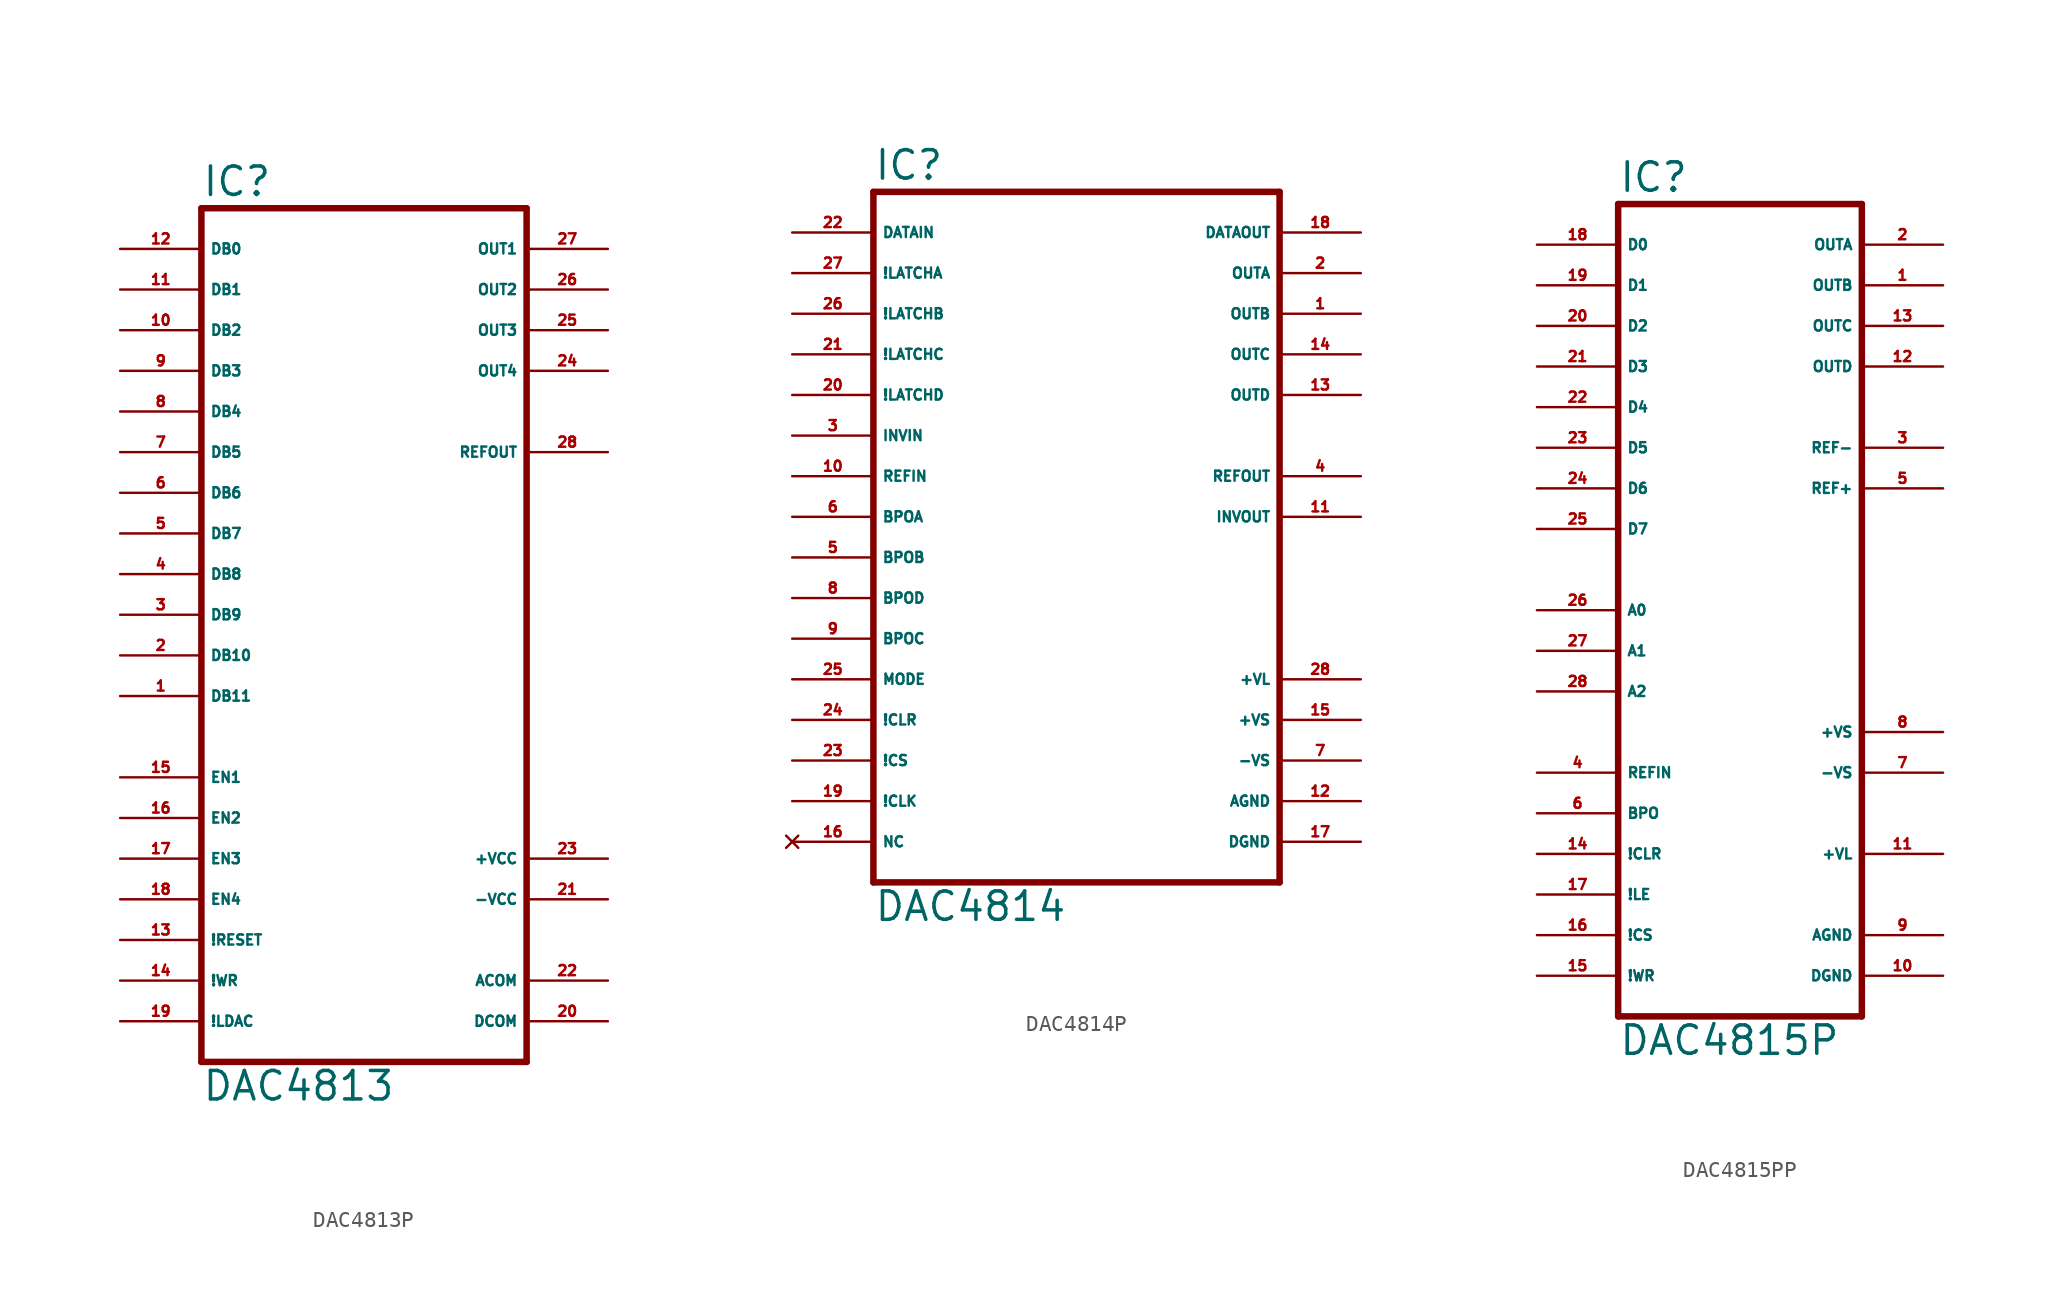
<source format=kicad_sym>
(kicad_symbol_lib
  (version 20220914)
  (generator Eagle2Kicad)
  (symbol "DAC4813P"
    (property "Reference" "IC"
      (at -10.16 28.575 0)
      (effects (font (size 1.778 1.778) (thickness 0.22)) (justify left bottom)))
    (property "Value" "DAC4813"
      (at -10.16 -27.94 0)
      (effects (font (size 1.778 1.778) (thickness 0.22)) (justify left bottom)))
    (polyline
      (pts (xy -10.16 -25.4) (xy 10.16 -25.4))
      (stroke (width 0.406) (type default))
      (fill (type none)))
    (polyline
      (pts (xy 10.16 -25.4) (xy 10.16 27.94))
      (stroke (width 0.406) (type default))
      (fill (type none)))
    (polyline
      (pts (xy 10.16 27.94) (xy -10.16 27.94))
      (stroke (width 0.406) (type default))
      (fill (type none)))
    (polyline
      (pts (xy -10.16 27.94) (xy -10.16 -25.4))
      (stroke (width 0.406) (type default))
      (fill (type none)))
    (pin input line
      (at -15.24 25.4 0)
      (length 5.08)
      (name "DB0" (effects (font (size 0.635 0.635) (thickness 0.08)) (justify left bottom)))
      (number "12" (effects (font (size 0.635 0.635) (thickness 0.08)) (justify left bottom))))
    (pin input line
      (at -15.24 22.86 0)
      (length 5.08)
      (name "DB1" (effects (font (size 0.635 0.635) (thickness 0.08)) (justify left bottom)))
      (number "11" (effects (font (size 0.635 0.635) (thickness 0.08)) (justify left bottom))))
    (pin input line
      (at -15.24 20.32 0)
      (length 5.08)
      (name "DB2" (effects (font (size 0.635 0.635) (thickness 0.08)) (justify left bottom)))
      (number "10" (effects (font (size 0.635 0.635) (thickness 0.08)) (justify left bottom))))
    (pin input line
      (at -15.24 17.78 0)
      (length 5.08)
      (name "DB3" (effects (font (size 0.635 0.635) (thickness 0.08)) (justify left bottom)))
      (number "9" (effects (font (size 0.635 0.635) (thickness 0.08)) (justify left bottom))))
    (pin input line
      (at -15.24 15.24 0)
      (length 5.08)
      (name "DB4" (effects (font (size 0.635 0.635) (thickness 0.08)) (justify left bottom)))
      (number "8" (effects (font (size 0.635 0.635) (thickness 0.08)) (justify left bottom))))
    (pin input line
      (at -15.24 12.7 0)
      (length 5.08)
      (name "DB5" (effects (font (size 0.635 0.635) (thickness 0.08)) (justify left bottom)))
      (number "7" (effects (font (size 0.635 0.635) (thickness 0.08)) (justify left bottom))))
    (pin input line
      (at -15.24 10.16 0)
      (length 5.08)
      (name "DB6" (effects (font (size 0.635 0.635) (thickness 0.08)) (justify left bottom)))
      (number "6" (effects (font (size 0.635 0.635) (thickness 0.08)) (justify left bottom))))
    (pin input line
      (at -15.24 7.62 0)
      (length 5.08)
      (name "DB7" (effects (font (size 0.635 0.635) (thickness 0.08)) (justify left bottom)))
      (number "5" (effects (font (size 0.635 0.635) (thickness 0.08)) (justify left bottom))))
    (pin input line
      (at -15.24 5.08 0)
      (length 5.08)
      (name "DB8" (effects (font (size 0.635 0.635) (thickness 0.08)) (justify left bottom)))
      (number "4" (effects (font (size 0.635 0.635) (thickness 0.08)) (justify left bottom))))
    (pin input line
      (at -15.24 2.54 0)
      (length 5.08)
      (name "DB9" (effects (font (size 0.635 0.635) (thickness 0.08)) (justify left bottom)))
      (number "3" (effects (font (size 0.635 0.635) (thickness 0.08)) (justify left bottom))))
    (pin input line
      (at -15.24 0 0)
      (length 5.08)
      (name "DB10" (effects (font (size 0.635 0.635) (thickness 0.08)) (justify left bottom)))
      (number "2" (effects (font (size 0.635 0.635) (thickness 0.08)) (justify left bottom))))
    (pin input line
      (at -15.24 -2.54 0)
      (length 5.08)
      (name "DB11" (effects (font (size 0.635 0.635) (thickness 0.08)) (justify left bottom)))
      (number "1" (effects (font (size 0.635 0.635) (thickness 0.08)) (justify left bottom))))
    (pin input line
      (at -15.24 -7.62 0)
      (length 5.08)
      (name "EN1" (effects (font (size 0.635 0.635) (thickness 0.08)) (justify left bottom)))
      (number "15" (effects (font (size 0.635 0.635) (thickness 0.08)) (justify left bottom))))
    (pin input line
      (at -15.24 -10.16 0)
      (length 5.08)
      (name "EN2" (effects (font (size 0.635 0.635) (thickness 0.08)) (justify left bottom)))
      (number "16" (effects (font (size 0.635 0.635) (thickness 0.08)) (justify left bottom))))
    (pin input line
      (at -15.24 -12.7 0)
      (length 5.08)
      (name "EN3" (effects (font (size 0.635 0.635) (thickness 0.08)) (justify left bottom)))
      (number "17" (effects (font (size 0.635 0.635) (thickness 0.08)) (justify left bottom))))
    (pin input line
      (at -15.24 -17.78 0)
      (length 5.08)
      (name "!RESET" (effects (font (size 0.635 0.635) (thickness 0.08)) (justify left bottom)))
      (number "13" (effects (font (size 0.635 0.635) (thickness 0.08)) (justify left bottom))))
    (pin input line
      (at -15.24 -20.32 0)
      (length 5.08)
      (name "!WR" (effects (font (size 0.635 0.635) (thickness 0.08)) (justify left bottom)))
      (number "14" (effects (font (size 0.635 0.635) (thickness 0.08)) (justify left bottom))))
    (pin input line
      (at -15.24 -22.86 0)
      (length 5.08)
      (name "!LDAC" (effects (font (size 0.635 0.635) (thickness 0.08)) (justify left bottom)))
      (number "19" (effects (font (size 0.635 0.635) (thickness 0.08)) (justify left bottom))))
    (pin input line
      (at -15.24 -15.24 0)
      (length 5.08)
      (name "EN4" (effects (font (size 0.635 0.635) (thickness 0.08)) (justify left bottom)))
      (number "18" (effects (font (size 0.635 0.635) (thickness 0.08)) (justify left bottom))))
    (pin output line
      (at 15.24 25.4 180)
      (length 5.08)
      (name "OUT1" (effects (font (size 0.635 0.635) (thickness 0.08)) (justify left bottom)))
      (number "27" (effects (font (size 0.635 0.635) (thickness 0.08)) (justify left bottom))))
    (pin output line
      (at 15.24 22.86 180)
      (length 5.08)
      (name "OUT2" (effects (font (size 0.635 0.635) (thickness 0.08)) (justify left bottom)))
      (number "26" (effects (font (size 0.635 0.635) (thickness 0.08)) (justify left bottom))))
    (pin output line
      (at 15.24 20.32 180)
      (length 5.08)
      (name "OUT3" (effects (font (size 0.635 0.635) (thickness 0.08)) (justify left bottom)))
      (number "25" (effects (font (size 0.635 0.635) (thickness 0.08)) (justify left bottom))))
    (pin output line
      (at 15.24 17.78 180)
      (length 5.08)
      (name "OUT4" (effects (font (size 0.635 0.635) (thickness 0.08)) (justify left bottom)))
      (number "24" (effects (font (size 0.635 0.635) (thickness 0.08)) (justify left bottom))))
    (pin output line
      (at 15.24 12.7 180)
      (length 5.08)
      (name "REFOUT" (effects (font (size 0.635 0.635) (thickness 0.08)) (justify left bottom)))
      (number "28" (effects (font (size 0.635 0.635) (thickness 0.08)) (justify left bottom))))
    (pin unspecified line
      (at 15.24 -22.86 180)
      (length 5.08)
      (name "DCOM" (effects (font (size 0.635 0.635) (thickness 0.08)) (justify left bottom)))
      (number "20" (effects (font (size 0.635 0.635) (thickness 0.08)) (justify left bottom))))
    (pin unspecified line
      (at 15.24 -20.32 180)
      (length 5.08)
      (name "ACOM" (effects (font (size 0.635 0.635) (thickness 0.08)) (justify left bottom)))
      (number "22" (effects (font (size 0.635 0.635) (thickness 0.08)) (justify left bottom))))
    (pin unspecified line
      (at 15.24 -15.24 180)
      (length 5.08)
      (name "-VCC" (effects (font (size 0.635 0.635) (thickness 0.08)) (justify left bottom)))
      (number "21" (effects (font (size 0.635 0.635) (thickness 0.08)) (justify left bottom))))
    (pin unspecified line
      (at 15.24 -12.7 180)
      (length 5.08)
      (name "+VCC" (effects (font (size 0.635 0.635) (thickness 0.08)) (justify left bottom)))
      (number "23" (effects (font (size 0.635 0.635) (thickness 0.08)) (justify left bottom)))))
  (symbol "DAC4814P"
    (property "Reference" "IC"
      (at -12.7 20.955 0)
      (effects (font (size 1.778 1.778) (thickness 0.22)) (justify left bottom)))
    (property "Value" "DAC4814"
      (at -12.7 -25.4 0)
      (effects (font (size 1.778 1.778) (thickness 0.22)) (justify left bottom)))
    (polyline
      (pts (xy -12.7 -22.86) (xy 12.7 -22.86))
      (stroke (width 0.406) (type default))
      (fill (type none)))
    (polyline
      (pts (xy 12.7 -22.86) (xy 12.7 20.32))
      (stroke (width 0.406) (type default))
      (fill (type none)))
    (polyline
      (pts (xy 12.7 20.32) (xy -12.7 20.32))
      (stroke (width 0.406) (type default))
      (fill (type none)))
    (polyline
      (pts (xy -12.7 20.32) (xy -12.7 -22.86))
      (stroke (width 0.406) (type default))
      (fill (type none)))
    (pin input line
      (at -17.78 17.78 0)
      (length 5.08)
      (name "DATAIN" (effects (font (size 0.635 0.635) (thickness 0.08)) (justify left bottom)))
      (number "22" (effects (font (size 0.635 0.635) (thickness 0.08)) (justify left bottom))))
    (pin input line
      (at -17.78 15.24 0)
      (length 5.08)
      (name "!LATCHA" (effects (font (size 0.635 0.635) (thickness 0.08)) (justify left bottom)))
      (number "27" (effects (font (size 0.635 0.635) (thickness 0.08)) (justify left bottom))))
    (pin input line
      (at -17.78 12.7 0)
      (length 5.08)
      (name "!LATCHB" (effects (font (size 0.635 0.635) (thickness 0.08)) (justify left bottom)))
      (number "26" (effects (font (size 0.635 0.635) (thickness 0.08)) (justify left bottom))))
    (pin input line
      (at -17.78 10.16 0)
      (length 5.08)
      (name "!LATCHC" (effects (font (size 0.635 0.635) (thickness 0.08)) (justify left bottom)))
      (number "21" (effects (font (size 0.635 0.635) (thickness 0.08)) (justify left bottom))))
    (pin input line
      (at -17.78 7.62 0)
      (length 5.08)
      (name "!LATCHD" (effects (font (size 0.635 0.635) (thickness 0.08)) (justify left bottom)))
      (number "20" (effects (font (size 0.635 0.635) (thickness 0.08)) (justify left bottom))))
    (pin input line
      (at -17.78 5.08 0)
      (length 5.08)
      (name "INVIN" (effects (font (size 0.635 0.635) (thickness 0.08)) (justify left bottom)))
      (number "3" (effects (font (size 0.635 0.635) (thickness 0.08)) (justify left bottom))))
    (pin input line
      (at -17.78 0 0)
      (length 5.08)
      (name "BPOA" (effects (font (size 0.635 0.635) (thickness 0.08)) (justify left bottom)))
      (number "6" (effects (font (size 0.635 0.635) (thickness 0.08)) (justify left bottom))))
    (pin input line
      (at -17.78 -2.54 0)
      (length 5.08)
      (name "BPOB" (effects (font (size 0.635 0.635) (thickness 0.08)) (justify left bottom)))
      (number "5" (effects (font (size 0.635 0.635) (thickness 0.08)) (justify left bottom))))
    (pin input line
      (at -17.78 -5.08 0)
      (length 5.08)
      (name "BPOD" (effects (font (size 0.635 0.635) (thickness 0.08)) (justify left bottom)))
      (number "8" (effects (font (size 0.635 0.635) (thickness 0.08)) (justify left bottom))))
    (pin input line
      (at -17.78 -7.62 0)
      (length 5.08)
      (name "BPOC" (effects (font (size 0.635 0.635) (thickness 0.08)) (justify left bottom)))
      (number "9" (effects (font (size 0.635 0.635) (thickness 0.08)) (justify left bottom))))
    (pin input line
      (at -17.78 2.54 0)
      (length 5.08)
      (name "REFIN" (effects (font (size 0.635 0.635) (thickness 0.08)) (justify left bottom)))
      (number "10" (effects (font (size 0.635 0.635) (thickness 0.08)) (justify left bottom))))
    (pin input line
      (at -17.78 -10.16 0)
      (length 5.08)
      (name "MODE" (effects (font (size 0.635 0.635) (thickness 0.08)) (justify left bottom)))
      (number "25" (effects (font (size 0.635 0.635) (thickness 0.08)) (justify left bottom))))
    (pin input line
      (at -17.78 -12.7 0)
      (length 5.08)
      (name "!CLR" (effects (font (size 0.635 0.635) (thickness 0.08)) (justify left bottom)))
      (number "24" (effects (font (size 0.635 0.635) (thickness 0.08)) (justify left bottom))))
    (pin input line
      (at -17.78 -15.24 0)
      (length 5.08)
      (name "!CS" (effects (font (size 0.635 0.635) (thickness 0.08)) (justify left bottom)))
      (number "23" (effects (font (size 0.635 0.635) (thickness 0.08)) (justify left bottom))))
    (pin input line
      (at -17.78 -17.78 0)
      (length 5.08)
      (name "!CLK" (effects (font (size 0.635 0.635) (thickness 0.08)) (justify left bottom)))
      (number "19" (effects (font (size 0.635 0.635) (thickness 0.08)) (justify left bottom))))
    (pin output line
      (at 17.78 17.78 180)
      (length 5.08)
      (name "DATAOUT" (effects (font (size 0.635 0.635) (thickness 0.08)) (justify left bottom)))
      (number "18" (effects (font (size 0.635 0.635) (thickness 0.08)) (justify left bottom))))
    (pin output line
      (at 17.78 15.24 180)
      (length 5.08)
      (name "OUTA" (effects (font (size 0.635 0.635) (thickness 0.08)) (justify left bottom)))
      (number "2" (effects (font (size 0.635 0.635) (thickness 0.08)) (justify left bottom))))
    (pin output line
      (at 17.78 12.7 180)
      (length 5.08)
      (name "OUTB" (effects (font (size 0.635 0.635) (thickness 0.08)) (justify left bottom)))
      (number "1" (effects (font (size 0.635 0.635) (thickness 0.08)) (justify left bottom))))
    (pin output line
      (at 17.78 2.54 180)
      (length 5.08)
      (name "REFOUT" (effects (font (size 0.635 0.635) (thickness 0.08)) (justify left bottom)))
      (number "4" (effects (font (size 0.635 0.635) (thickness 0.08)) (justify left bottom))))
    (pin output line
      (at 17.78 0 180)
      (length 5.08)
      (name "INVOUT" (effects (font (size 0.635 0.635) (thickness 0.08)) (justify left bottom)))
      (number "11" (effects (font (size 0.635 0.635) (thickness 0.08)) (justify left bottom))))
    (pin no_connect line
      (at -17.78 -20.32 0)
      (length 5.08)
      (name "NC" (effects (font (size 0.635 0.635) (thickness 0.08)) (justify left bottom) hide))
      (number "16" (effects (font (size 0.635 0.635) (thickness 0.08)) (justify left bottom) hide)))
    (pin unspecified line
      (at 17.78 -10.16 180)
      (length 5.08)
      (name "+VL" (effects (font (size 0.635 0.635) (thickness 0.08)) (justify left bottom)))
      (number "28" (effects (font (size 0.635 0.635) (thickness 0.08)) (justify left bottom))))
    (pin unspecified line
      (at 17.78 -12.7 180)
      (length 5.08)
      (name "+VS" (effects (font (size 0.635 0.635) (thickness 0.08)) (justify left bottom)))
      (number "15" (effects (font (size 0.635 0.635) (thickness 0.08)) (justify left bottom))))
    (pin output line
      (at 17.78 10.16 180)
      (length 5.08)
      (name "OUTC" (effects (font (size 0.635 0.635) (thickness 0.08)) (justify left bottom)))
      (number "14" (effects (font (size 0.635 0.635) (thickness 0.08)) (justify left bottom))))
    (pin output line
      (at 17.78 7.62 180)
      (length 5.08)
      (name "OUTD" (effects (font (size 0.635 0.635) (thickness 0.08)) (justify left bottom)))
      (number "13" (effects (font (size 0.635 0.635) (thickness 0.08)) (justify left bottom))))
    (pin unspecified line
      (at 17.78 -17.78 180)
      (length 5.08)
      (name "AGND" (effects (font (size 0.635 0.635) (thickness 0.08)) (justify left bottom)))
      (number "12" (effects (font (size 0.635 0.635) (thickness 0.08)) (justify left bottom))))
    (pin unspecified line
      (at 17.78 -15.24 180)
      (length 5.08)
      (name "-VS" (effects (font (size 0.635 0.635) (thickness 0.08)) (justify left bottom)))
      (number "7" (effects (font (size 0.635 0.635) (thickness 0.08)) (justify left bottom))))
    (pin unspecified line
      (at 17.78 -20.32 180)
      (length 5.08)
      (name "DGND" (effects (font (size 0.635 0.635) (thickness 0.08)) (justify left bottom)))
      (number "17" (effects (font (size 0.635 0.635) (thickness 0.08)) (justify left bottom)))))
  (symbol "DAC4815PP"
    (property "Reference" "IC"
      (at -7.62 23.495 0)
      (effects (font (size 1.778 1.778) (thickness 0.22)) (justify left bottom)))
    (property "Value" "DAC4815P"
      (at -7.62 -30.48 0)
      (effects (font (size 1.778 1.778) (thickness 0.22)) (justify left bottom)))
    (polyline
      (pts (xy -7.62 -27.94) (xy 7.62 -27.94))
      (stroke (width 0.406) (type default))
      (fill (type none)))
    (polyline
      (pts (xy 7.62 -27.94) (xy 7.62 22.86))
      (stroke (width 0.406) (type default))
      (fill (type none)))
    (polyline
      (pts (xy 7.62 22.86) (xy -7.62 22.86))
      (stroke (width 0.406) (type default))
      (fill (type none)))
    (polyline
      (pts (xy -7.62 22.86) (xy -7.62 -27.94))
      (stroke (width 0.406) (type default))
      (fill (type none)))
    (pin input line
      (at -12.7 20.32 0)
      (length 5.08)
      (name "D0" (effects (font (size 0.635 0.635) (thickness 0.08)) (justify left bottom)))
      (number "18" (effects (font (size 0.635 0.635) (thickness 0.08)) (justify left bottom))))
    (pin input line
      (at -12.7 17.78 0)
      (length 5.08)
      (name "D1" (effects (font (size 0.635 0.635) (thickness 0.08)) (justify left bottom)))
      (number "19" (effects (font (size 0.635 0.635) (thickness 0.08)) (justify left bottom))))
    (pin input line
      (at -12.7 15.24 0)
      (length 5.08)
      (name "D2" (effects (font (size 0.635 0.635) (thickness 0.08)) (justify left bottom)))
      (number "20" (effects (font (size 0.635 0.635) (thickness 0.08)) (justify left bottom))))
    (pin input line
      (at -12.7 12.7 0)
      (length 5.08)
      (name "D3" (effects (font (size 0.635 0.635) (thickness 0.08)) (justify left bottom)))
      (number "21" (effects (font (size 0.635 0.635) (thickness 0.08)) (justify left bottom))))
    (pin input line
      (at -12.7 10.16 0)
      (length 5.08)
      (name "D4" (effects (font (size 0.635 0.635) (thickness 0.08)) (justify left bottom)))
      (number "22" (effects (font (size 0.635 0.635) (thickness 0.08)) (justify left bottom))))
    (pin input line
      (at -12.7 7.62 0)
      (length 5.08)
      (name "D5" (effects (font (size 0.635 0.635) (thickness 0.08)) (justify left bottom)))
      (number "23" (effects (font (size 0.635 0.635) (thickness 0.08)) (justify left bottom))))
    (pin input line
      (at -12.7 5.08 0)
      (length 5.08)
      (name "D6" (effects (font (size 0.635 0.635) (thickness 0.08)) (justify left bottom)))
      (number "24" (effects (font (size 0.635 0.635) (thickness 0.08)) (justify left bottom))))
    (pin input line
      (at -12.7 2.54 0)
      (length 5.08)
      (name "D7" (effects (font (size 0.635 0.635) (thickness 0.08)) (justify left bottom)))
      (number "25" (effects (font (size 0.635 0.635) (thickness 0.08)) (justify left bottom))))
    (pin input line
      (at -12.7 -2.54 0)
      (length 5.08)
      (name "A0" (effects (font (size 0.635 0.635) (thickness 0.08)) (justify left bottom)))
      (number "26" (effects (font (size 0.635 0.635) (thickness 0.08)) (justify left bottom))))
    (pin input line
      (at -12.7 -5.08 0)
      (length 5.08)
      (name "A1" (effects (font (size 0.635 0.635) (thickness 0.08)) (justify left bottom)))
      (number "27" (effects (font (size 0.635 0.635) (thickness 0.08)) (justify left bottom))))
    (pin input line
      (at -12.7 -7.62 0)
      (length 5.08)
      (name "A2" (effects (font (size 0.635 0.635) (thickness 0.08)) (justify left bottom)))
      (number "28" (effects (font (size 0.635 0.635) (thickness 0.08)) (justify left bottom))))
    (pin input line
      (at -12.7 -12.7 0)
      (length 5.08)
      (name "REFIN" (effects (font (size 0.635 0.635) (thickness 0.08)) (justify left bottom)))
      (number "4" (effects (font (size 0.635 0.635) (thickness 0.08)) (justify left bottom))))
    (pin input line
      (at -12.7 -15.24 0)
      (length 5.08)
      (name "BPO" (effects (font (size 0.635 0.635) (thickness 0.08)) (justify left bottom)))
      (number "6" (effects (font (size 0.635 0.635) (thickness 0.08)) (justify left bottom))))
    (pin input line
      (at -12.7 -17.78 0)
      (length 5.08)
      (name "!CLR" (effects (font (size 0.635 0.635) (thickness 0.08)) (justify left bottom)))
      (number "14" (effects (font (size 0.635 0.635) (thickness 0.08)) (justify left bottom))))
    (pin input line
      (at -12.7 -20.32 0)
      (length 5.08)
      (name "!LE" (effects (font (size 0.635 0.635) (thickness 0.08)) (justify left bottom)))
      (number "17" (effects (font (size 0.635 0.635) (thickness 0.08)) (justify left bottom))))
    (pin input line
      (at -12.7 -22.86 0)
      (length 5.08)
      (name "!CS" (effects (font (size 0.635 0.635) (thickness 0.08)) (justify left bottom)))
      (number "16" (effects (font (size 0.635 0.635) (thickness 0.08)) (justify left bottom))))
    (pin input line
      (at -12.7 -25.4 0)
      (length 5.08)
      (name "!WR" (effects (font (size 0.635 0.635) (thickness 0.08)) (justify left bottom)))
      (number "15" (effects (font (size 0.635 0.635) (thickness 0.08)) (justify left bottom))))
    (pin output line
      (at 12.7 20.32 180)
      (length 5.08)
      (name "OUTA" (effects (font (size 0.635 0.635) (thickness 0.08)) (justify left bottom)))
      (number "2" (effects (font (size 0.635 0.635) (thickness 0.08)) (justify left bottom))))
    (pin output line
      (at 12.7 17.78 180)
      (length 5.08)
      (name "OUTB" (effects (font (size 0.635 0.635) (thickness 0.08)) (justify left bottom)))
      (number "1" (effects (font (size 0.635 0.635) (thickness 0.08)) (justify left bottom))))
    (pin output line
      (at 12.7 15.24 180)
      (length 5.08)
      (name "OUTC" (effects (font (size 0.635 0.635) (thickness 0.08)) (justify left bottom)))
      (number "13" (effects (font (size 0.635 0.635) (thickness 0.08)) (justify left bottom))))
    (pin output line
      (at 12.7 12.7 180)
      (length 5.08)
      (name "OUTD" (effects (font (size 0.635 0.635) (thickness 0.08)) (justify left bottom)))
      (number "12" (effects (font (size 0.635 0.635) (thickness 0.08)) (justify left bottom))))
    (pin output line
      (at 12.7 7.62 180)
      (length 5.08)
      (name "REF-" (effects (font (size 0.635 0.635) (thickness 0.08)) (justify left bottom)))
      (number "3" (effects (font (size 0.635 0.635) (thickness 0.08)) (justify left bottom))))
    (pin output line
      (at 12.7 5.08 180)
      (length 5.08)
      (name "REF+" (effects (font (size 0.635 0.635) (thickness 0.08)) (justify left bottom)))
      (number "5" (effects (font (size 0.635 0.635) (thickness 0.08)) (justify left bottom))))
    (pin unspecified line
      (at 12.7 -10.16 180)
      (length 5.08)
      (name "+VS" (effects (font (size 0.635 0.635) (thickness 0.08)) (justify left bottom)))
      (number "8" (effects (font (size 0.635 0.635) (thickness 0.08)) (justify left bottom))))
    (pin unspecified line
      (at 12.7 -12.7 180)
      (length 5.08)
      (name "-VS" (effects (font (size 0.635 0.635) (thickness 0.08)) (justify left bottom)))
      (number "7" (effects (font (size 0.635 0.635) (thickness 0.08)) (justify left bottom))))
    (pin unspecified line
      (at 12.7 -22.86 180)
      (length 5.08)
      (name "AGND" (effects (font (size 0.635 0.635) (thickness 0.08)) (justify left bottom)))
      (number "9" (effects (font (size 0.635 0.635) (thickness 0.08)) (justify left bottom))))
    (pin unspecified line
      (at 12.7 -25.4 180)
      (length 5.08)
      (name "DGND" (effects (font (size 0.635 0.635) (thickness 0.08)) (justify left bottom)))
      (number "10" (effects (font (size 0.635 0.635) (thickness 0.08)) (justify left bottom))))
    (pin unspecified line
      (at 12.7 -17.78 180)
      (length 5.08)
      (name "+VL" (effects (font (size 0.635 0.635) (thickness 0.08)) (justify left bottom)))
      (number "11" (effects (font (size 0.635 0.635) (thickness 0.08)) (justify left bottom))))))
</source>
